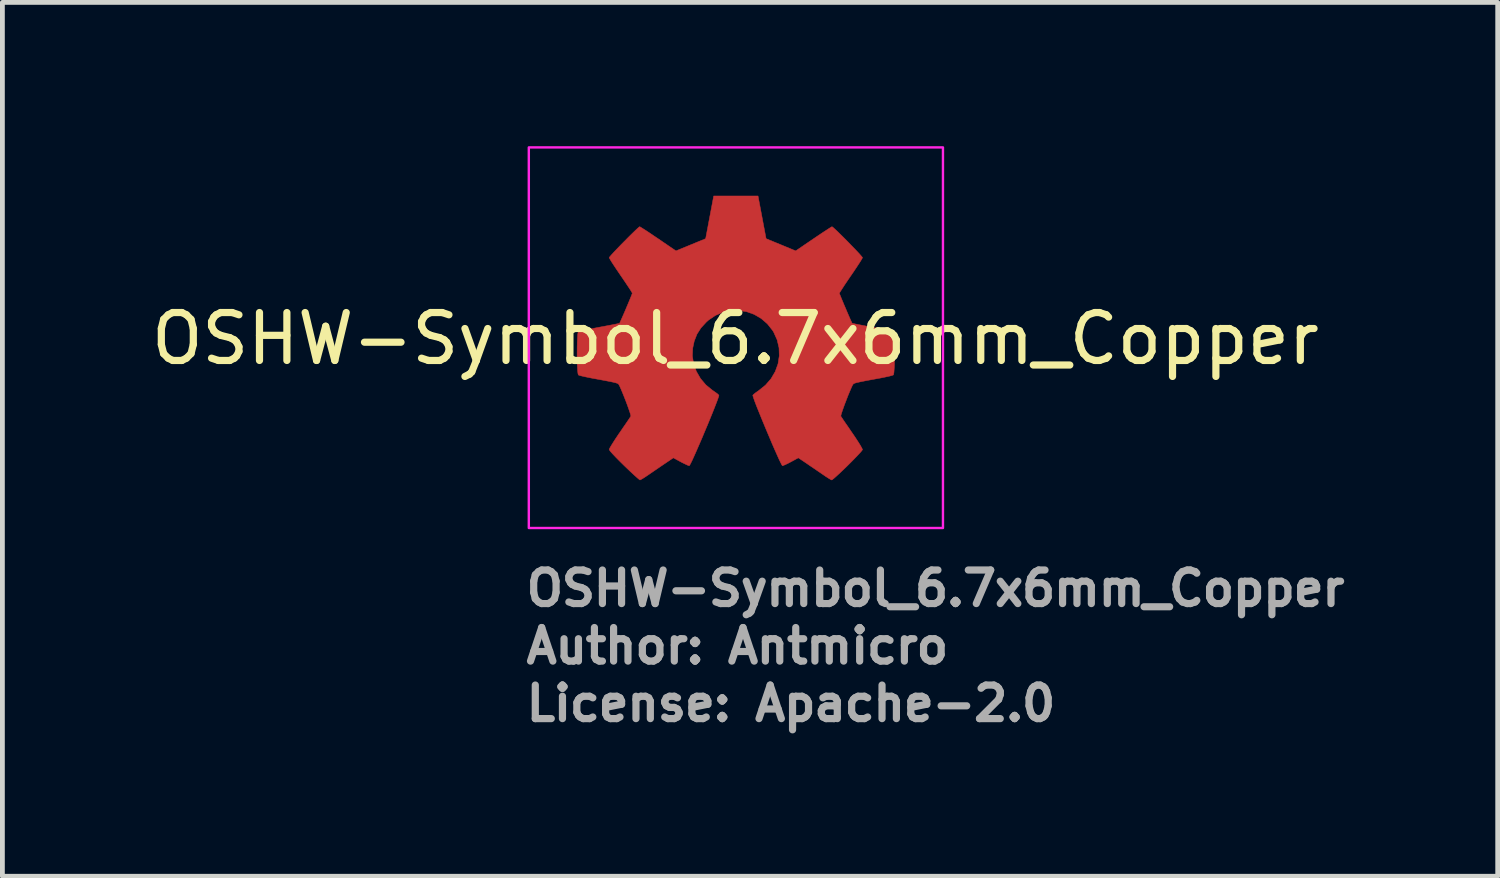
<source format=kicad_pcb>
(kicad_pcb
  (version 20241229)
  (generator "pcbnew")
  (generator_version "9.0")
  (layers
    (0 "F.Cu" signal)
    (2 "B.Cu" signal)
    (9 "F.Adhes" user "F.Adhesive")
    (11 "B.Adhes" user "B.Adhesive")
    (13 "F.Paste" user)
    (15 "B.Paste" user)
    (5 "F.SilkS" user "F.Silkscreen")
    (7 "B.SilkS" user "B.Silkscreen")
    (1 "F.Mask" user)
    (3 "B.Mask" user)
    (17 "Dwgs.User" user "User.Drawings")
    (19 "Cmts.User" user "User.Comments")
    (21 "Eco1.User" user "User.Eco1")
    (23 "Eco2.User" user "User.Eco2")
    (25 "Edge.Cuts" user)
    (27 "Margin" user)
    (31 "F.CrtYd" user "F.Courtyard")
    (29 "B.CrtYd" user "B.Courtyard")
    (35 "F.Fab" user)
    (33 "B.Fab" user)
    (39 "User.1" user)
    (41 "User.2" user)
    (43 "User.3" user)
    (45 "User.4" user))
  (footprint "OSHW-Symbol_6.7x6mm_Copper"
    (layer "F.Cu")
    (at 12.292 4.015)
    (property "Reference" "OSHW-Symbol_6.7x6mm_Copper" (at 0 0 0) (layer "F.SilkS") (effects (font (size 1 1) (thickness 0.15))))
    (attr exclude_from_pos_files exclude_from_bom allow_soldermask_bridges)
    (fp_poly (pts (xy 0.556 -2.531) (xy 0.64 -2.086) (xy 0.949 -1.959) (xy 1.258 -1.831) (xy 1.629 -2.084) (xy 1.733 -2.154) (xy 1.827 -2.217) (xy 1.907 -2.269) (xy 1.967 -2.308) (xy 2.005 -2.331) (xy 2.015 -2.336) (xy 2.034 -2.323) (xy 2.073 -2.288) (xy 2.13 -2.235) (xy 2.198 -2.168) (xy 2.274 -2.093) (xy 2.353 -2.013) (xy 2.431 -1.932) (xy 2.504 -1.857) (xy 2.567 -1.79) (xy 2.615 -1.737) (xy 2.644 -1.702) (xy 2.651 -1.69) (xy 2.641 -1.669) (xy 2.613 -1.621) (xy 2.569 -1.553) (xy 2.513 -1.468) (xy 2.448 -1.371) (xy 2.41 -1.316) (xy 2.341 -1.215) (xy 2.28 -1.124) (xy 2.23 -1.047) (xy 2.193 -0.989) (xy 2.172 -0.955) (xy 2.169 -0.948) (xy 2.176 -0.927) (xy 2.195 -0.879) (xy 2.223 -0.811) (xy 2.257 -0.729) (xy 2.295 -0.64) (xy 2.333 -0.55) (xy 2.369 -0.467) (xy 2.4 -0.396) (xy 2.423 -0.346) (xy 2.435 -0.322) (xy 2.436 -0.321) (xy 2.455 -0.316) (xy 2.505 -0.306) (xy 2.581 -0.291) (xy 2.678 -0.272) (xy 2.791 -0.251) (xy 2.856 -0.239) (xy 2.977 -0.216) (xy 3.086 -0.194) (xy 3.177 -0.174) (xy 3.246 -0.158) (xy 3.287 -0.147) (xy 3.296 -0.143) (xy 3.304 -0.119) (xy 3.31 -0.064) (xy 3.315 0.015) (xy 3.318 0.112) (xy 3.32 0.22) (xy 3.321 0.333) (xy 3.319 0.445) (xy 3.317 0.549) (xy 3.312 0.638) (xy 3.307 0.707) (xy 3.299 0.748) (xy 3.295 0.757) (xy 3.269 0.767) (xy 3.213 0.782) (xy 3.136 0.799) (xy 3.044 0.818) (xy 3.012 0.824) (xy 2.858 0.852) (xy 2.735 0.875) (xy 2.642 0.893) (xy 2.572 0.908) (xy 2.523 0.919) (xy 2.491 0.929) (xy 2.471 0.938) (xy 2.459 0.947) (xy 2.457 0.948) (xy 2.44 0.976) (xy 2.415 1.031) (xy 2.383 1.105) (xy 2.347 1.192) (xy 2.311 1.286) (xy 2.275 1.379) (xy 2.244 1.466) (xy 2.219 1.539) (xy 2.203 1.592) (xy 2.199 1.618) (xy 2.2 1.619) (xy 2.214 1.64) (xy 2.245 1.687) (xy 2.291 1.755) (xy 2.349 1.838) (xy 2.413 1.933) (xy 2.432 1.96) (xy 2.498 2.057) (xy 2.556 2.146) (xy 2.603 2.221) (xy 2.635 2.278) (xy 2.651 2.311) (xy 2.651 2.315) (xy 2.638 2.336) (xy 2.603 2.377) (xy 2.549 2.435) (xy 2.482 2.505) (xy 2.406 2.582) (xy 2.326 2.662) (xy 2.245 2.74) (xy 2.17 2.811) (xy 2.103 2.872) (xy 2.051 2.918) (xy 2.017 2.944) (xy 2.008 2.948) (xy 1.986 2.938) (xy 1.941 2.911) (xy 1.88 2.872) (xy 1.834 2.84) (xy 1.749 2.782) (xy 1.65 2.714) (xy 1.549 2.646) (xy 1.496 2.609) (xy 1.313 2.486) (xy 1.16 2.569) (xy 1.091 2.605) (xy 1.031 2.633) (xy 0.991 2.649) (xy 0.981 2.651) (xy 0.969 2.635) (xy 0.945 2.588) (xy 0.91 2.516) (xy 0.868 2.422) (xy 0.818 2.31) (xy 0.764 2.186) (xy 0.708 2.053) (xy 0.65 1.916) (xy 0.593 1.779) (xy 0.538 1.646) (xy 0.488 1.522) (xy 0.443 1.411) (xy 0.407 1.317) (xy 0.381 1.244) (xy 0.366 1.197) (xy 0.363 1.181) (xy 0.382 1.16) (xy 0.424 1.127) (xy 0.48 1.088) (xy 0.484 1.085) (xy 0.628 0.969) (xy 0.744 0.835) (xy 0.831 0.686) (xy 0.889 0.526) (xy 0.915 0.36) (xy 0.91 0.192) (xy 0.871 0.026) (xy 0.799 -0.134) (xy 0.778 -0.169) (xy 0.667 -0.309) (xy 0.536 -0.422) (xy 0.39 -0.507) (xy 0.233 -0.563) (xy 0.069 -0.589) (xy -0.097 -0.585) (xy -0.26 -0.551) (xy -0.416 -0.485) (xy -0.56 -0.388) (xy -0.605 -0.348) (xy -0.719 -0.224) (xy -0.802 -0.094) (xy -0.859 0.052) (xy -0.89 0.197) (xy -0.898 0.36) (xy -0.872 0.523) (xy -0.815 0.682) (xy -0.729 0.831) (xy -0.617 0.964) (xy -0.482 1.075) (xy -0.464 1.087) (xy -0.408 1.126) (xy -0.365 1.159) (xy -0.345 1.18) (xy -0.344 1.181) (xy -0.349 1.204) (xy -0.366 1.256) (xy -0.395 1.333) (xy -0.433 1.431) (xy -0.478 1.545) (xy -0.53 1.672) (xy -0.585 1.806) (xy -0.643 1.943) (xy -0.7 2.08) (xy -0.757 2.211) (xy -0.81 2.333) (xy -0.858 2.441) (xy -0.899 2.532) (xy -0.932 2.599) (xy -0.954 2.64) (xy -0.963 2.651) (xy -0.99 2.643) (xy -1.04 2.62) (xy -1.106 2.588) (xy -1.142 2.569) (xy -1.295 2.486) (xy -1.477 2.609) (xy -1.57 2.672) (xy -1.672 2.742) (xy -1.767 2.807) (xy -1.815 2.84) (xy -1.882 2.885) (xy -1.939 2.921) (xy -1.979 2.943) (xy -1.991 2.948) (xy -2.01 2.935) (xy -2.051 2.9) (xy -2.11 2.847) (xy -2.185 2.778) (xy -2.269 2.698) (xy -2.323 2.646) (xy -2.416 2.554) (xy -2.497 2.472) (xy -2.562 2.403) (xy -2.608 2.351) (xy -2.631 2.319) (xy -2.633 2.312) (xy -2.623 2.287) (xy -2.594 2.237) (xy -2.551 2.167) (xy -2.496 2.082) (xy -2.432 1.986) (xy -2.413 1.96) (xy -2.347 1.863) (xy -2.287 1.776) (xy -2.238 1.704) (xy -2.202 1.65) (xy -2.183 1.622) (xy -2.181 1.619) (xy -2.184 1.596) (xy -2.199 1.545) (xy -2.223 1.474) (xy -2.253 1.389) (xy -2.288 1.296) (xy -2.325 1.202) (xy -2.361 1.113) (xy -2.393 1.038) (xy -2.419 0.981) (xy -2.437 0.95) (xy -2.438 0.948) (xy -2.449 0.94) (xy -2.468 0.931) (xy -2.498 0.921) (xy -2.543 0.91) (xy -2.608 0.896) (xy -2.697 0.879) (xy -2.813 0.857) (xy -2.962 0.83) (xy -2.994 0.824) (xy -3.089 0.805) (xy -3.172 0.787) (xy -3.235 0.772) (xy -3.271 0.76) (xy -3.276 0.757) (xy -3.284 0.732) (xy -3.291 0.677) (xy -3.296 0.597) (xy -3.3 0.5) (xy -3.302 0.392) (xy -3.302 0.279) (xy -3.301 0.167) (xy -3.298 0.064) (xy -3.294 -0.026) (xy -3.289 -0.094) (xy -3.281 -0.135) (xy -3.277 -0.143) (xy -3.253 -0.152) (xy -3.197 -0.166) (xy -3.117 -0.183) (xy -3.016 -0.204) (xy -2.901 -0.227) (xy -2.838 -0.239) (xy -2.719 -0.261) (xy -2.613 -0.281) (xy -2.524 -0.298) (xy -2.46 -0.311) (xy -2.423 -0.319) (xy -2.417 -0.321) (xy -2.407 -0.34) (xy -2.386 -0.387) (xy -2.356 -0.455) (xy -2.32 -0.537) (xy -2.282 -0.626) (xy -2.244 -0.716) (xy -2.209 -0.8) (xy -2.18 -0.871) (xy -2.16 -0.922) (xy -2.151 -0.948) (xy -2.151 -0.949) (xy -2.161 -0.968) (xy -2.189 -1.014) (xy -2.233 -1.081) (xy -2.289 -1.165) (xy -2.354 -1.261) (xy -2.392 -1.316) (xy -2.461 -1.418) (xy -2.522 -1.509) (xy -2.573 -1.587) (xy -2.61 -1.647) (xy -2.63 -1.683) (xy -2.633 -1.691) (xy -2.62 -1.709) (xy -2.585 -1.75) (xy -2.533 -1.807) (xy -2.467 -1.876) (xy -2.393 -1.953) (xy -2.314 -2.033) (xy -2.235 -2.113) (xy -2.16 -2.187) (xy -2.095 -2.25) (xy -2.043 -2.299) (xy -2.008 -2.329) (xy -1.996 -2.336) (xy -1.978 -2.326) (xy -1.933 -2.298) (xy -1.866 -2.255) (xy -1.781 -2.199) (xy -1.684 -2.133) (xy -1.611 -2.084) (xy -1.24 -1.831) (xy -0.621 -2.086) (xy -0.537 -2.531) (xy -0.453 -2.976) (xy 0.472 -2.976) (xy 0.556 -2.531)) (stroke (width 0.01) (type solid)) (fill yes) (layer "F.Cu"))
    (fp_rect (start -4.31 -3.99) (end 4.33 3.95) (stroke (width 0.05) (type default)) (fill no) (layer "F.CrtYd"))
    (fp_text user "License: Apache-2.0" (at -4.44 8.02 0) (layer "F.Fab") (effects (font (size 0.7 0.7) (thickness 0.15)) (justify left bottom)))
    (fp_text user "${REFERENCE}" (at -4.44 5.62 0) (layer "F.Fab") (effects (font (size 0.7 0.7) (thickness 0.15)) (justify left bottom)))
    (fp_text user "Author: Antmicro" (at -4.44 6.82 0) (layer "F.Fab") (effects (font (size 0.7 0.7) (thickness 0.15)) (justify left bottom))))
  (gr_rect
    (start -3 -3)
    (end 28.195 15.23)
    (stroke (width 0.1) (type default))
    (fill no)
    (layer "Edge.Cuts")))
</source>
